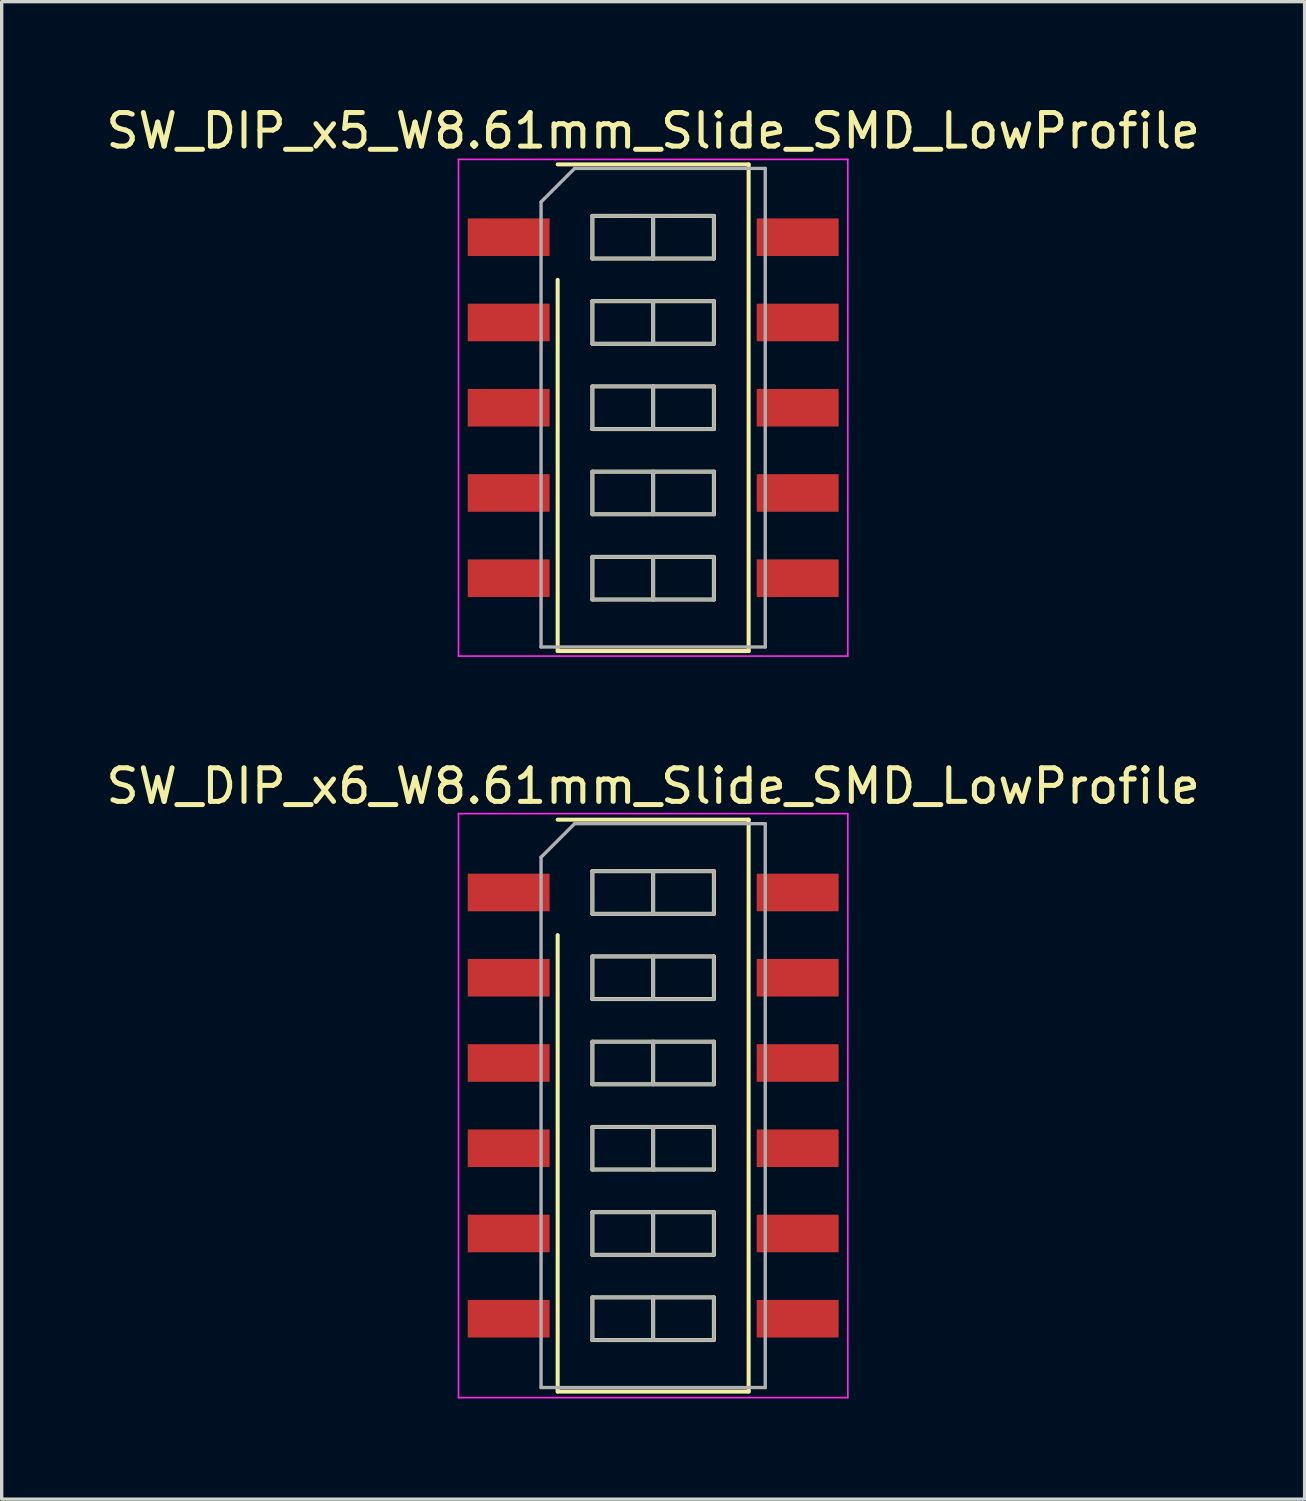
<source format=kicad_pcb>
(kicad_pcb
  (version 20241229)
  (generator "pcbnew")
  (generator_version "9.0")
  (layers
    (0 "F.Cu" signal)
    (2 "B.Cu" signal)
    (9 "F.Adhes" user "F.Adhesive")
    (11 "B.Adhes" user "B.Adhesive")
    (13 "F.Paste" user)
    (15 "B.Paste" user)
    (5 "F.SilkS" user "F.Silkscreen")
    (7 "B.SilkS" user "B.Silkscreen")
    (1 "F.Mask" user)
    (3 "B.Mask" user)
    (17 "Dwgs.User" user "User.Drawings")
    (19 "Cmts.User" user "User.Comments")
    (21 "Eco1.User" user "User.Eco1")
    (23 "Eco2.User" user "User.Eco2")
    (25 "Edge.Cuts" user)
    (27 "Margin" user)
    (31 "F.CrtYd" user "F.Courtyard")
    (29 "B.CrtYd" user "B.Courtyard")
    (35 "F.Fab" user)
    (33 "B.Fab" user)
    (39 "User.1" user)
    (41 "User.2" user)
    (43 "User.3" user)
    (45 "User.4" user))
  (footprint "SW_DIP_x5_W8.61mm_Slide_SMD_LowProfile"
    (layer "F.Cu")
    (at 16.411 9.098)
    (property "Reference" "SW_DIP_x5_W8.61mm_Slide_SMD_LowProfile" (at 0 -8.25 0) (layer "F.SilkS") (effects (font (size 1 1) (thickness 0.15))))
    (attr smd)
    (fp_line (start -2.845 -7.25) (end 2.845 -7.25) (stroke (width 0.12) (type solid)) (layer "F.SilkS"))
    (fp_line (start -2.845 7.25) (end -2.845 -3.81) (stroke (width 0.12) (type solid)) (layer "F.SilkS"))
    (fp_line (start -1.81 -5.715) (end -1.81 -4.445) (stroke (width 0.12) (type solid)) (layer "F.SilkS"))
    (fp_line (start -1.81 -4.445) (end 1.81 -4.445) (stroke (width 0.12) (type solid)) (layer "F.SilkS"))
    (fp_line (start -1.81 -3.175) (end -1.81 -1.905) (stroke (width 0.12) (type solid)) (layer "F.SilkS"))
    (fp_line (start -1.81 -1.905) (end 1.81 -1.905) (stroke (width 0.12) (type solid)) (layer "F.SilkS"))
    (fp_line (start -1.81 -0.635) (end -1.81 0.635) (stroke (width 0.12) (type solid)) (layer "F.SilkS"))
    (fp_line (start -1.81 0.635) (end 1.81 0.635) (stroke (width 0.12) (type solid)) (layer "F.SilkS"))
    (fp_line (start -1.81 1.905) (end -1.81 3.175) (stroke (width 0.12) (type solid)) (layer "F.SilkS"))
    (fp_line (start -1.81 3.175) (end 1.81 3.175) (stroke (width 0.12) (type solid)) (layer "F.SilkS"))
    (fp_line (start -1.81 4.445) (end -1.81 5.715) (stroke (width 0.12) (type solid)) (layer "F.SilkS"))
    (fp_line (start -1.81 5.715) (end 1.81 5.715) (stroke (width 0.12) (type solid)) (layer "F.SilkS"))
    (fp_line (start 0 -5.715) (end 0 -4.445) (stroke (width 0.12) (type solid)) (layer "F.SilkS"))
    (fp_line (start 0 -3.175) (end 0 -1.905) (stroke (width 0.12) (type solid)) (layer "F.SilkS"))
    (fp_line (start 0 -0.635) (end 0 0.635) (stroke (width 0.12) (type solid)) (layer "F.SilkS"))
    (fp_line (start 0 1.905) (end 0 3.175) (stroke (width 0.12) (type solid)) (layer "F.SilkS"))
    (fp_line (start 0 4.445) (end 0 5.715) (stroke (width 0.12) (type solid)) (layer "F.SilkS"))
    (fp_line (start 1.81 -5.715) (end -1.81 -5.715) (stroke (width 0.12) (type solid)) (layer "F.SilkS"))
    (fp_line (start 1.81 -4.445) (end 1.81 -5.715) (stroke (width 0.12) (type solid)) (layer "F.SilkS"))
    (fp_line (start 1.81 -3.175) (end -1.81 -3.175) (stroke (width 0.12) (type solid)) (layer "F.SilkS"))
    (fp_line (start 1.81 -1.905) (end 1.81 -3.175) (stroke (width 0.12) (type solid)) (layer "F.SilkS"))
    (fp_line (start 1.81 -0.635) (end -1.81 -0.635) (stroke (width 0.12) (type solid)) (layer "F.SilkS"))
    (fp_line (start 1.81 0.635) (end 1.81 -0.635) (stroke (width 0.12) (type solid)) (layer "F.SilkS"))
    (fp_line (start 1.81 1.905) (end -1.81 1.905) (stroke (width 0.12) (type solid)) (layer "F.SilkS"))
    (fp_line (start 1.81 3.175) (end 1.81 1.905) (stroke (width 0.12) (type solid)) (layer "F.SilkS"))
    (fp_line (start 1.81 4.445) (end -1.81 4.445) (stroke (width 0.12) (type solid)) (layer "F.SilkS"))
    (fp_line (start 1.81 5.715) (end 1.81 4.445) (stroke (width 0.12) (type solid)) (layer "F.SilkS"))
    (fp_line (start 2.845 -7.25) (end 2.845 7.25) (stroke (width 0.12) (type solid)) (layer "F.SilkS"))
    (fp_line (start 2.845 7.25) (end -2.845 7.25) (stroke (width 0.12) (type solid)) (layer "F.SilkS"))
    (fp_line (start -5.8 -7.4) (end -5.8 7.4) (stroke (width 0.05) (type solid)) (layer "F.CrtYd"))
    (fp_line (start -5.8 7.4) (end 5.8 7.4) (stroke (width 0.05) (type solid)) (layer "F.CrtYd"))
    (fp_line (start 5.8 -7.4) (end -5.8 -7.4) (stroke (width 0.05) (type solid)) (layer "F.CrtYd"))
    (fp_line (start 5.8 7.4) (end 5.8 -7.4) (stroke (width 0.05) (type solid)) (layer "F.CrtYd"))
    (fp_line (start -3.34 -6.13) (end -2.34 -7.13) (stroke (width 0.1) (type solid)) (layer "F.Fab"))
    (fp_line (start -3.34 7.13) (end -3.34 -6.13) (stroke (width 0.1) (type solid)) (layer "F.Fab"))
    (fp_line (start -2.34 -7.13) (end 3.34 -7.13) (stroke (width 0.1) (type solid)) (layer "F.Fab"))
    (fp_line (start -1.81 -5.715) (end -1.81 -4.445) (stroke (width 0.1) (type solid)) (layer "F.Fab"))
    (fp_line (start -1.81 -4.445) (end 1.81 -4.445) (stroke (width 0.1) (type solid)) (layer "F.Fab"))
    (fp_line (start -1.81 -3.175) (end -1.81 -1.905) (stroke (width 0.1) (type solid)) (layer "F.Fab"))
    (fp_line (start -1.81 -1.905) (end 1.81 -1.905) (stroke (width 0.1) (type solid)) (layer "F.Fab"))
    (fp_line (start -1.81 -0.635) (end -1.81 0.635) (stroke (width 0.1) (type solid)) (layer "F.Fab"))
    (fp_line (start -1.81 0.635) (end 1.81 0.635) (stroke (width 0.1) (type solid)) (layer "F.Fab"))
    (fp_line (start -1.81 1.905) (end -1.81 3.175) (stroke (width 0.1) (type solid)) (layer "F.Fab"))
    (fp_line (start -1.81 3.175) (end 1.81 3.175) (stroke (width 0.1) (type solid)) (layer "F.Fab"))
    (fp_line (start -1.81 4.445) (end -1.81 5.715) (stroke (width 0.1) (type solid)) (layer "F.Fab"))
    (fp_line (start -1.81 5.715) (end 1.81 5.715) (stroke (width 0.1) (type solid)) (layer "F.Fab"))
    (fp_line (start 0 -5.715) (end 0 -4.445) (stroke (width 0.1) (type solid)) (layer "F.Fab"))
    (fp_line (start 0 -3.175) (end 0 -1.905) (stroke (width 0.1) (type solid)) (layer "F.Fab"))
    (fp_line (start 0 -0.635) (end 0 0.635) (stroke (width 0.1) (type solid)) (layer "F.Fab"))
    (fp_line (start 0 1.905) (end 0 3.175) (stroke (width 0.1) (type solid)) (layer "F.Fab"))
    (fp_line (start 0 4.445) (end 0 5.715) (stroke (width 0.1) (type solid)) (layer "F.Fab"))
    (fp_line (start 1.81 -5.715) (end -1.81 -5.715) (stroke (width 0.1) (type solid)) (layer "F.Fab"))
    (fp_line (start 1.81 -4.445) (end 1.81 -5.715) (stroke (width 0.1) (type solid)) (layer "F.Fab"))
    (fp_line (start 1.81 -3.175) (end -1.81 -3.175) (stroke (width 0.1) (type solid)) (layer "F.Fab"))
    (fp_line (start 1.81 -1.905) (end 1.81 -3.175) (stroke (width 0.1) (type solid)) (layer "F.Fab"))
    (fp_line (start 1.81 -0.635) (end -1.81 -0.635) (stroke (width 0.1) (type solid)) (layer "F.Fab"))
    (fp_line (start 1.81 0.635) (end 1.81 -0.635) (stroke (width 0.1) (type solid)) (layer "F.Fab"))
    (fp_line (start 1.81 1.905) (end -1.81 1.905) (stroke (width 0.1) (type solid)) (layer "F.Fab"))
    (fp_line (start 1.81 3.175) (end 1.81 1.905) (stroke (width 0.1) (type solid)) (layer "F.Fab"))
    (fp_line (start 1.81 4.445) (end -1.81 4.445) (stroke (width 0.1) (type solid)) (layer "F.Fab"))
    (fp_line (start 1.81 5.715) (end 1.81 4.445) (stroke (width 0.1) (type solid)) (layer "F.Fab"))
    (fp_line (start 3.34 -7.13) (end 3.34 7.13) (stroke (width 0.1) (type solid)) (layer "F.Fab"))
    (fp_line (start 3.34 7.13) (end -3.34 7.13) (stroke (width 0.1) (type solid)) (layer "F.Fab"))
    (pad "1" smd rect (at -4.305 -5.08) (size 2.44 1.12) (layers "F.Cu" "F.Mask"))
    (pad "2" smd rect (at -4.305 -2.54) (size 2.44 1.12) (layers "F.Cu" "F.Mask"))
    (pad "3" smd rect (at -4.305 0) (size 2.44 1.12) (layers "F.Cu" "F.Mask"))
    (pad "4" smd rect (at -4.305 2.54) (size 2.44 1.12) (layers "F.Cu" "F.Mask"))
    (pad "5" smd rect (at -4.305 5.08) (size 2.44 1.12) (layers "F.Cu" "F.Mask"))
    (pad "6" smd rect (at 4.305 5.08) (size 2.44 1.12) (layers "F.Cu" "F.Mask"))
    (pad "7" smd rect (at 4.305 2.54) (size 2.44 1.12) (layers "F.Cu" "F.Mask"))
    (pad "8" smd rect (at 4.305 0) (size 2.44 1.12) (layers "F.Cu" "F.Mask"))
    (pad "9" smd rect (at 4.305 -2.54) (size 2.44 1.12) (layers "F.Cu" "F.Mask"))
    (pad "10" smd rect (at 4.305 -5.08) (size 2.44 1.12) (layers "F.Cu" "F.Mask")))
  (footprint "SW_DIP_x6_W8.61mm_Slide_SMD_LowProfile"
    (layer "F.Cu")
    (at 16.411 29.892)
    (property "Reference" "SW_DIP_x6_W8.61mm_Slide_SMD_LowProfile" (at 0 -9.52 0) (layer "F.SilkS") (effects (font (size 1 1) (thickness 0.15))))
    (attr smd)
    (fp_line (start -2.845 -8.52) (end 2.845 -8.52) (stroke (width 0.12) (type solid)) (layer "F.SilkS"))
    (fp_line (start -2.845 8.52) (end -2.845 -5.08) (stroke (width 0.12) (type solid)) (layer "F.SilkS"))
    (fp_line (start -1.81 -6.985) (end -1.81 -5.715) (stroke (width 0.12) (type solid)) (layer "F.SilkS"))
    (fp_line (start -1.81 -5.715) (end 1.81 -5.715) (stroke (width 0.12) (type solid)) (layer "F.SilkS"))
    (fp_line (start -1.81 -4.445) (end -1.81 -3.175) (stroke (width 0.12) (type solid)) (layer "F.SilkS"))
    (fp_line (start -1.81 -3.175) (end 1.81 -3.175) (stroke (width 0.12) (type solid)) (layer "F.SilkS"))
    (fp_line (start -1.81 -1.905) (end -1.81 -0.635) (stroke (width 0.12) (type solid)) (layer "F.SilkS"))
    (fp_line (start -1.81 -0.635) (end 1.81 -0.635) (stroke (width 0.12) (type solid)) (layer "F.SilkS"))
    (fp_line (start -1.81 0.635) (end -1.81 1.905) (stroke (width 0.12) (type solid)) (layer "F.SilkS"))
    (fp_line (start -1.81 1.905) (end 1.81 1.905) (stroke (width 0.12) (type solid)) (layer "F.SilkS"))
    (fp_line (start -1.81 3.175) (end -1.81 4.445) (stroke (width 0.12) (type solid)) (layer "F.SilkS"))
    (fp_line (start -1.81 4.445) (end 1.81 4.445) (stroke (width 0.12) (type solid)) (layer "F.SilkS"))
    (fp_line (start -1.81 5.715) (end -1.81 6.985) (stroke (width 0.12) (type solid)) (layer "F.SilkS"))
    (fp_line (start -1.81 6.985) (end 1.81 6.985) (stroke (width 0.12) (type solid)) (layer "F.SilkS"))
    (fp_line (start 0 -6.985) (end 0 -5.715) (stroke (width 0.12) (type solid)) (layer "F.SilkS"))
    (fp_line (start 0 -4.445) (end 0 -3.175) (stroke (width 0.12) (type solid)) (layer "F.SilkS"))
    (fp_line (start 0 -1.905) (end 0 -0.635) (stroke (width 0.12) (type solid)) (layer "F.SilkS"))
    (fp_line (start 0 0.635) (end 0 1.905) (stroke (width 0.12) (type solid)) (layer "F.SilkS"))
    (fp_line (start 0 3.175) (end 0 4.445) (stroke (width 0.12) (type solid)) (layer "F.SilkS"))
    (fp_line (start 0 5.715) (end 0 6.985) (stroke (width 0.12) (type solid)) (layer "F.SilkS"))
    (fp_line (start 1.81 -6.985) (end -1.81 -6.985) (stroke (width 0.12) (type solid)) (layer "F.SilkS"))
    (fp_line (start 1.81 -5.715) (end 1.81 -6.985) (stroke (width 0.12) (type solid)) (layer "F.SilkS"))
    (fp_line (start 1.81 -4.445) (end -1.81 -4.445) (stroke (width 0.12) (type solid)) (layer "F.SilkS"))
    (fp_line (start 1.81 -3.175) (end 1.81 -4.445) (stroke (width 0.12) (type solid)) (layer "F.SilkS"))
    (fp_line (start 1.81 -1.905) (end -1.81 -1.905) (stroke (width 0.12) (type solid)) (layer "F.SilkS"))
    (fp_line (start 1.81 -0.635) (end 1.81 -1.905) (stroke (width 0.12) (type solid)) (layer "F.SilkS"))
    (fp_line (start 1.81 0.635) (end -1.81 0.635) (stroke (width 0.12) (type solid)) (layer "F.SilkS"))
    (fp_line (start 1.81 1.905) (end 1.81 0.635) (stroke (width 0.12) (type solid)) (layer "F.SilkS"))
    (fp_line (start 1.81 3.175) (end -1.81 3.175) (stroke (width 0.12) (type solid)) (layer "F.SilkS"))
    (fp_line (start 1.81 4.445) (end 1.81 3.175) (stroke (width 0.12) (type solid)) (layer "F.SilkS"))
    (fp_line (start 1.81 5.715) (end -1.81 5.715) (stroke (width 0.12) (type solid)) (layer "F.SilkS"))
    (fp_line (start 1.81 6.985) (end 1.81 5.715) (stroke (width 0.12) (type solid)) (layer "F.SilkS"))
    (fp_line (start 2.845 -8.52) (end 2.845 8.52) (stroke (width 0.12) (type solid)) (layer "F.SilkS"))
    (fp_line (start 2.845 8.52) (end -2.845 8.52) (stroke (width 0.12) (type solid)) (layer "F.SilkS"))
    (fp_line (start -5.8 -8.7) (end -5.8 8.7) (stroke (width 0.05) (type solid)) (layer "F.CrtYd"))
    (fp_line (start -5.8 8.7) (end 5.8 8.7) (stroke (width 0.05) (type solid)) (layer "F.CrtYd"))
    (fp_line (start 5.8 -8.7) (end -5.8 -8.7) (stroke (width 0.05) (type solid)) (layer "F.CrtYd"))
    (fp_line (start 5.8 8.7) (end 5.8 -8.7) (stroke (width 0.05) (type solid)) (layer "F.CrtYd"))
    (fp_line (start -3.34 -7.4) (end -2.34 -8.4) (stroke (width 0.1) (type solid)) (layer "F.Fab"))
    (fp_line (start -3.34 8.4) (end -3.34 -7.4) (stroke (width 0.1) (type solid)) (layer "F.Fab"))
    (fp_line (start -2.34 -8.4) (end 3.34 -8.4) (stroke (width 0.1) (type solid)) (layer "F.Fab"))
    (fp_line (start -1.81 -6.985) (end -1.81 -5.715) (stroke (width 0.1) (type solid)) (layer "F.Fab"))
    (fp_line (start -1.81 -5.715) (end 1.81 -5.715) (stroke (width 0.1) (type solid)) (layer "F.Fab"))
    (fp_line (start -1.81 -4.445) (end -1.81 -3.175) (stroke (width 0.1) (type solid)) (layer "F.Fab"))
    (fp_line (start -1.81 -3.175) (end 1.81 -3.175) (stroke (width 0.1) (type solid)) (layer "F.Fab"))
    (fp_line (start -1.81 -1.905) (end -1.81 -0.635) (stroke (width 0.1) (type solid)) (layer "F.Fab"))
    (fp_line (start -1.81 -0.635) (end 1.81 -0.635) (stroke (width 0.1) (type solid)) (layer "F.Fab"))
    (fp_line (start -1.81 0.635) (end -1.81 1.905) (stroke (width 0.1) (type solid)) (layer "F.Fab"))
    (fp_line (start -1.81 1.905) (end 1.81 1.905) (stroke (width 0.1) (type solid)) (layer "F.Fab"))
    (fp_line (start -1.81 3.175) (end -1.81 4.445) (stroke (width 0.1) (type solid)) (layer "F.Fab"))
    (fp_line (start -1.81 4.445) (end 1.81 4.445) (stroke (width 0.1) (type solid)) (layer "F.Fab"))
    (fp_line (start -1.81 5.715) (end -1.81 6.985) (stroke (width 0.1) (type solid)) (layer "F.Fab"))
    (fp_line (start -1.81 6.985) (end 1.81 6.985) (stroke (width 0.1) (type solid)) (layer "F.Fab"))
    (fp_line (start 0 -6.985) (end 0 -5.715) (stroke (width 0.1) (type solid)) (layer "F.Fab"))
    (fp_line (start 0 -4.445) (end 0 -3.175) (stroke (width 0.1) (type solid)) (layer "F.Fab"))
    (fp_line (start 0 -1.905) (end 0 -0.635) (stroke (width 0.1) (type solid)) (layer "F.Fab"))
    (fp_line (start 0 0.635) (end 0 1.905) (stroke (width 0.1) (type solid)) (layer "F.Fab"))
    (fp_line (start 0 3.175) (end 0 4.445) (stroke (width 0.1) (type solid)) (layer "F.Fab"))
    (fp_line (start 0 5.715) (end 0 6.985) (stroke (width 0.1) (type solid)) (layer "F.Fab"))
    (fp_line (start 1.81 -6.985) (end -1.81 -6.985) (stroke (width 0.1) (type solid)) (layer "F.Fab"))
    (fp_line (start 1.81 -5.715) (end 1.81 -6.985) (stroke (width 0.1) (type solid)) (layer "F.Fab"))
    (fp_line (start 1.81 -4.445) (end -1.81 -4.445) (stroke (width 0.1) (type solid)) (layer "F.Fab"))
    (fp_line (start 1.81 -3.175) (end 1.81 -4.445) (stroke (width 0.1) (type solid)) (layer "F.Fab"))
    (fp_line (start 1.81 -1.905) (end -1.81 -1.905) (stroke (width 0.1) (type solid)) (layer "F.Fab"))
    (fp_line (start 1.81 -0.635) (end 1.81 -1.905) (stroke (width 0.1) (type solid)) (layer "F.Fab"))
    (fp_line (start 1.81 0.635) (end -1.81 0.635) (stroke (width 0.1) (type solid)) (layer "F.Fab"))
    (fp_line (start 1.81 1.905) (end 1.81 0.635) (stroke (width 0.1) (type solid)) (layer "F.Fab"))
    (fp_line (start 1.81 3.175) (end -1.81 3.175) (stroke (width 0.1) (type solid)) (layer "F.Fab"))
    (fp_line (start 1.81 4.445) (end 1.81 3.175) (stroke (width 0.1) (type solid)) (layer "F.Fab"))
    (fp_line (start 1.81 5.715) (end -1.81 5.715) (stroke (width 0.1) (type solid)) (layer "F.Fab"))
    (fp_line (start 1.81 6.985) (end 1.81 5.715) (stroke (width 0.1) (type solid)) (layer "F.Fab"))
    (fp_line (start 3.34 -8.4) (end 3.34 8.4) (stroke (width 0.1) (type solid)) (layer "F.Fab"))
    (fp_line (start 3.34 8.4) (end -3.34 8.4) (stroke (width 0.1) (type solid)) (layer "F.Fab"))
    (pad "1" smd rect (at -4.305 -6.35) (size 2.44 1.12) (layers "F.Cu" "F.Mask"))
    (pad "2" smd rect (at -4.305 -3.81) (size 2.44 1.12) (layers "F.Cu" "F.Mask"))
    (pad "3" smd rect (at -4.305 -1.27) (size 2.44 1.12) (layers "F.Cu" "F.Mask"))
    (pad "4" smd rect (at -4.305 1.27) (size 2.44 1.12) (layers "F.Cu" "F.Mask"))
    (pad "5" smd rect (at -4.305 3.81) (size 2.44 1.12) (layers "F.Cu" "F.Mask"))
    (pad "6" smd rect (at -4.305 6.35) (size 2.44 1.12) (layers "F.Cu" "F.Mask"))
    (pad "7" smd rect (at 4.305 6.35) (size 2.44 1.12) (layers "F.Cu" "F.Mask"))
    (pad "8" smd rect (at 4.305 3.81) (size 2.44 1.12) (layers "F.Cu" "F.Mask"))
    (pad "9" smd rect (at 4.305 1.27) (size 2.44 1.12) (layers "F.Cu" "F.Mask"))
    (pad "10" smd rect (at 4.305 -1.27) (size 2.44 1.12) (layers "F.Cu" "F.Mask"))
    (pad "11" smd rect (at 4.305 -3.81) (size 2.44 1.12) (layers "F.Cu" "F.Mask"))
    (pad "12" smd rect (at 4.305 -6.35) (size 2.44 1.12) (layers "F.Cu" "F.Mask")))
  (gr_rect
    (start -3 -3)
    (end 35.821 41.617)
    (stroke (width 0.1) (type default))
    (fill no)
    (layer "Edge.Cuts")))
</source>
